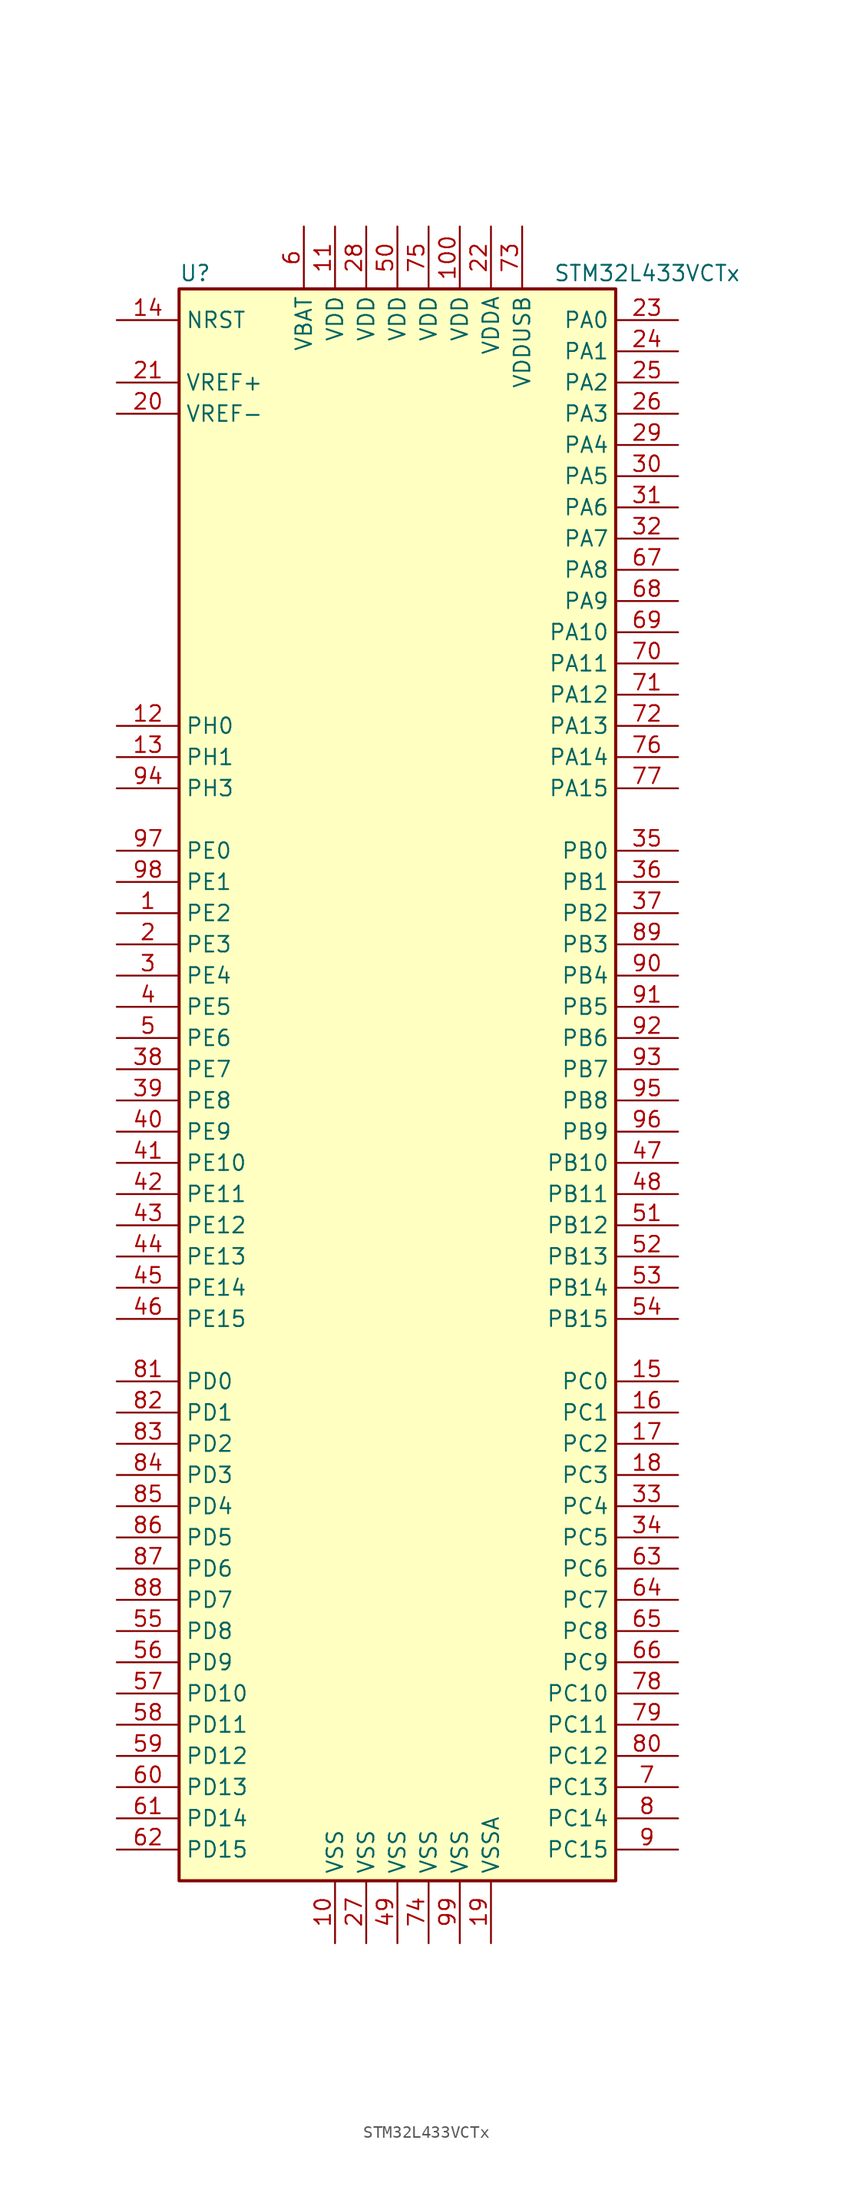
<source format=kicad_sym>
(kicad_symbol_lib
  (version 20211014)
  (generator kicad_symbol_editor)
  (symbol "STM32L433VCTx"
    (property "Reference" "U"
      (at -17.78 64.77 0)
      (effects (font (size 1.27 1.27)) (justify left)))
    (property "Value" "STM32L433VCTx"
      (at 12.7 64.77 0)
      (effects (font (size 1.27 1.27)) (justify left)))
    (symbol "STM32L433VCTx_0_1"
      (rectangle (start -17.78 -66.04) (end 17.78 63.5) (stroke (width 0.254) (type default) (color 0 0 0 0)) (fill (type background))))
    (symbol "STM32L433VCTx_1_1"
      (pin bidirectional line (at -22.86 12.7 0) (length 5.08) (name "PE2" (effects (font (size 1.27 1.27)))) (number "1" (effects (font (size 1.27 1.27)))))
      (pin power_in line (at -5.08 -71.12 90) (length 5.08) (name "VSS" (effects (font (size 1.27 1.27)))) (number "10" (effects (font (size 1.27 1.27)))))
      (pin power_in line (at 5.08 68.58 270) (length 5.08) (name "VDD" (effects (font (size 1.27 1.27)))) (number "100" (effects (font (size 1.27 1.27)))))
      (pin power_in line (at -5.08 68.58 270) (length 5.08) (name "VDD" (effects (font (size 1.27 1.27)))) (number "11" (effects (font (size 1.27 1.27)))))
      (pin input line (at -22.86 27.94 0) (length 5.08) (name "PH0" (effects (font (size 1.27 1.27)))) (number "12" (effects (font (size 1.27 1.27)))))
      (pin input line (at -22.86 25.4 0) (length 5.08) (name "PH1" (effects (font (size 1.27 1.27)))) (number "13" (effects (font (size 1.27 1.27)))))
      (pin input line (at -22.86 60.96 0) (length 5.08) (name "NRST" (effects (font (size 1.27 1.27)))) (number "14" (effects (font (size 1.27 1.27)))))
      (pin bidirectional line (at 22.86 -25.4 180) (length 5.08) (name "PC0" (effects (font (size 1.27 1.27)))) (number "15" (effects (font (size 1.27 1.27)))))
      (pin bidirectional line (at 22.86 -27.94 180) (length 5.08) (name "PC1" (effects (font (size 1.27 1.27)))) (number "16" (effects (font (size 1.27 1.27)))))
      (pin bidirectional line (at 22.86 -30.48 180) (length 5.08) (name "PC2" (effects (font (size 1.27 1.27)))) (number "17" (effects (font (size 1.27 1.27)))))
      (pin bidirectional line (at 22.86 -33.02 180) (length 5.08) (name "PC3" (effects (font (size 1.27 1.27)))) (number "18" (effects (font (size 1.27 1.27)))))
      (pin power_in line (at 7.62 -71.12 90) (length 5.08) (name "VSSA" (effects (font (size 1.27 1.27)))) (number "19" (effects (font (size 1.27 1.27)))))
      (pin bidirectional line (at -22.86 10.16 0) (length 5.08) (name "PE3" (effects (font (size 1.27 1.27)))) (number "2" (effects (font (size 1.27 1.27)))))
      (pin power_in line (at -22.86 53.34 0) (length 5.08) (name "VREF-" (effects (font (size 1.27 1.27)))) (number "20" (effects (font (size 1.27 1.27)))))
      (pin bidirectional line (at -22.86 55.88 0) (length 5.08) (name "VREF+" (effects (font (size 1.27 1.27)))) (number "21" (effects (font (size 1.27 1.27)))))
      (pin power_in line (at 7.62 68.58 270) (length 5.08) (name "VDDA" (effects (font (size 1.27 1.27)))) (number "22" (effects (font (size 1.27 1.27)))))
      (pin bidirectional line (at 22.86 60.96 180) (length 5.08) (name "PA0" (effects (font (size 1.27 1.27)))) (number "23" (effects (font (size 1.27 1.27)))))
      (pin bidirectional line (at 22.86 58.42 180) (length 5.08) (name "PA1" (effects (font (size 1.27 1.27)))) (number "24" (effects (font (size 1.27 1.27)))))
      (pin bidirectional line (at 22.86 55.88 180) (length 5.08) (name "PA2" (effects (font (size 1.27 1.27)))) (number "25" (effects (font (size 1.27 1.27)))))
      (pin bidirectional line (at 22.86 53.34 180) (length 5.08) (name "PA3" (effects (font (size 1.27 1.27)))) (number "26" (effects (font (size 1.27 1.27)))))
      (pin power_in line (at -2.54 -71.12 90) (length 5.08) (name "VSS" (effects (font (size 1.27 1.27)))) (number "27" (effects (font (size 1.27 1.27)))))
      (pin power_in line (at -2.54 68.58 270) (length 5.08) (name "VDD" (effects (font (size 1.27 1.27)))) (number "28" (effects (font (size 1.27 1.27)))))
      (pin bidirectional line (at 22.86 50.8 180) (length 5.08) (name "PA4" (effects (font (size 1.27 1.27)))) (number "29" (effects (font (size 1.27 1.27)))))
      (pin bidirectional line (at -22.86 7.62 0) (length 5.08) (name "PE4" (effects (font (size 1.27 1.27)))) (number "3" (effects (font (size 1.27 1.27)))))
      (pin bidirectional line (at 22.86 48.26 180) (length 5.08) (name "PA5" (effects (font (size 1.27 1.27)))) (number "30" (effects (font (size 1.27 1.27)))))
      (pin bidirectional line (at 22.86 45.72 180) (length 5.08) (name "PA6" (effects (font (size 1.27 1.27)))) (number "31" (effects (font (size 1.27 1.27)))))
      (pin bidirectional line (at 22.86 43.18 180) (length 5.08) (name "PA7" (effects (font (size 1.27 1.27)))) (number "32" (effects (font (size 1.27 1.27)))))
      (pin bidirectional line (at 22.86 -35.56 180) (length 5.08) (name "PC4" (effects (font (size 1.27 1.27)))) (number "33" (effects (font (size 1.27 1.27)))))
      (pin bidirectional line (at 22.86 -38.1 180) (length 5.08) (name "PC5" (effects (font (size 1.27 1.27)))) (number "34" (effects (font (size 1.27 1.27)))))
      (pin bidirectional line (at 22.86 17.78 180) (length 5.08) (name "PB0" (effects (font (size 1.27 1.27)))) (number "35" (effects (font (size 1.27 1.27)))))
      (pin bidirectional line (at 22.86 15.24 180) (length 5.08) (name "PB1" (effects (font (size 1.27 1.27)))) (number "36" (effects (font (size 1.27 1.27)))))
      (pin bidirectional line (at 22.86 12.7 180) (length 5.08) (name "PB2" (effects (font (size 1.27 1.27)))) (number "37" (effects (font (size 1.27 1.27)))))
      (pin bidirectional line (at -22.86 0 0) (length 5.08) (name "PE7" (effects (font (size 1.27 1.27)))) (number "38" (effects (font (size 1.27 1.27)))))
      (pin bidirectional line (at -22.86 -2.54 0) (length 5.08) (name "PE8" (effects (font (size 1.27 1.27)))) (number "39" (effects (font (size 1.27 1.27)))))
      (pin bidirectional line (at -22.86 5.08 0) (length 5.08) (name "PE5" (effects (font (size 1.27 1.27)))) (number "4" (effects (font (size 1.27 1.27)))))
      (pin bidirectional line (at -22.86 -5.08 0) (length 5.08) (name "PE9" (effects (font (size 1.27 1.27)))) (number "40" (effects (font (size 1.27 1.27)))))
      (pin bidirectional line (at -22.86 -7.62 0) (length 5.08) (name "PE10" (effects (font (size 1.27 1.27)))) (number "41" (effects (font (size 1.27 1.27)))))
      (pin bidirectional line (at -22.86 -10.16 0) (length 5.08) (name "PE11" (effects (font (size 1.27 1.27)))) (number "42" (effects (font (size 1.27 1.27)))))
      (pin bidirectional line (at -22.86 -12.7 0) (length 5.08) (name "PE12" (effects (font (size 1.27 1.27)))) (number "43" (effects (font (size 1.27 1.27)))))
      (pin bidirectional line (at -22.86 -15.24 0) (length 5.08) (name "PE13" (effects (font (size 1.27 1.27)))) (number "44" (effects (font (size 1.27 1.27)))))
      (pin bidirectional line (at -22.86 -17.78 0) (length 5.08) (name "PE14" (effects (font (size 1.27 1.27)))) (number "45" (effects (font (size 1.27 1.27)))))
      (pin bidirectional line (at -22.86 -20.32 0) (length 5.08) (name "PE15" (effects (font (size 1.27 1.27)))) (number "46" (effects (font (size 1.27 1.27)))))
      (pin bidirectional line (at 22.86 -7.62 180) (length 5.08) (name "PB10" (effects (font (size 1.27 1.27)))) (number "47" (effects (font (size 1.27 1.27)))))
      (pin bidirectional line (at 22.86 -10.16 180) (length 5.08) (name "PB11" (effects (font (size 1.27 1.27)))) (number "48" (effects (font (size 1.27 1.27)))))
      (pin power_in line (at 0 -71.12 90) (length 5.08) (name "VSS" (effects (font (size 1.27 1.27)))) (number "49" (effects (font (size 1.27 1.27)))))
      (pin bidirectional line (at -22.86 2.54 0) (length 5.08) (name "PE6" (effects (font (size 1.27 1.27)))) (number "5" (effects (font (size 1.27 1.27)))))
      (pin power_in line (at 0 68.58 270) (length 5.08) (name "VDD" (effects (font (size 1.27 1.27)))) (number "50" (effects (font (size 1.27 1.27)))))
      (pin bidirectional line (at 22.86 -12.7 180) (length 5.08) (name "PB12" (effects (font (size 1.27 1.27)))) (number "51" (effects (font (size 1.27 1.27)))))
      (pin bidirectional line (at 22.86 -15.24 180) (length 5.08) (name "PB13" (effects (font (size 1.27 1.27)))) (number "52" (effects (font (size 1.27 1.27)))))
      (pin bidirectional line (at 22.86 -17.78 180) (length 5.08) (name "PB14" (effects (font (size 1.27 1.27)))) (number "53" (effects (font (size 1.27 1.27)))))
      (pin bidirectional line (at 22.86 -20.32 180) (length 5.08) (name "PB15" (effects (font (size 1.27 1.27)))) (number "54" (effects (font (size 1.27 1.27)))))
      (pin bidirectional line (at -22.86 -45.72 0) (length 5.08) (name "PD8" (effects (font (size 1.27 1.27)))) (number "55" (effects (font (size 1.27 1.27)))))
      (pin bidirectional line (at -22.86 -48.26 0) (length 5.08) (name "PD9" (effects (font (size 1.27 1.27)))) (number "56" (effects (font (size 1.27 1.27)))))
      (pin bidirectional line (at -22.86 -50.8 0) (length 5.08) (name "PD10" (effects (font (size 1.27 1.27)))) (number "57" (effects (font (size 1.27 1.27)))))
      (pin bidirectional line (at -22.86 -53.34 0) (length 5.08) (name "PD11" (effects (font (size 1.27 1.27)))) (number "58" (effects (font (size 1.27 1.27)))))
      (pin bidirectional line (at -22.86 -55.88 0) (length 5.08) (name "PD12" (effects (font (size 1.27 1.27)))) (number "59" (effects (font (size 1.27 1.27)))))
      (pin power_in line (at -7.62 68.58 270) (length 5.08) (name "VBAT" (effects (font (size 1.27 1.27)))) (number "6" (effects (font (size 1.27 1.27)))))
      (pin bidirectional line (at -22.86 -58.42 0) (length 5.08) (name "PD13" (effects (font (size 1.27 1.27)))) (number "60" (effects (font (size 1.27 1.27)))))
      (pin bidirectional line (at -22.86 -60.96 0) (length 5.08) (name "PD14" (effects (font (size 1.27 1.27)))) (number "61" (effects (font (size 1.27 1.27)))))
      (pin bidirectional line (at -22.86 -63.5 0) (length 5.08) (name "PD15" (effects (font (size 1.27 1.27)))) (number "62" (effects (font (size 1.27 1.27)))))
      (pin bidirectional line (at 22.86 -40.64 180) (length 5.08) (name "PC6" (effects (font (size 1.27 1.27)))) (number "63" (effects (font (size 1.27 1.27)))))
      (pin bidirectional line (at 22.86 -43.18 180) (length 5.08) (name "PC7" (effects (font (size 1.27 1.27)))) (number "64" (effects (font (size 1.27 1.27)))))
      (pin bidirectional line (at 22.86 -45.72 180) (length 5.08) (name "PC8" (effects (font (size 1.27 1.27)))) (number "65" (effects (font (size 1.27 1.27)))))
      (pin bidirectional line (at 22.86 -48.26 180) (length 5.08) (name "PC9" (effects (font (size 1.27 1.27)))) (number "66" (effects (font (size 1.27 1.27)))))
      (pin bidirectional line (at 22.86 40.64 180) (length 5.08) (name "PA8" (effects (font (size 1.27 1.27)))) (number "67" (effects (font (size 1.27 1.27)))))
      (pin bidirectional line (at 22.86 38.1 180) (length 5.08) (name "PA9" (effects (font (size 1.27 1.27)))) (number "68" (effects (font (size 1.27 1.27)))))
      (pin bidirectional line (at 22.86 35.56 180) (length 5.08) (name "PA10" (effects (font (size 1.27 1.27)))) (number "69" (effects (font (size 1.27 1.27)))))
      (pin bidirectional line (at 22.86 -58.42 180) (length 5.08) (name "PC13" (effects (font (size 1.27 1.27)))) (number "7" (effects (font (size 1.27 1.27)))))
      (pin bidirectional line (at 22.86 33.02 180) (length 5.08) (name "PA11" (effects (font (size 1.27 1.27)))) (number "70" (effects (font (size 1.27 1.27)))))
      (pin bidirectional line (at 22.86 30.48 180) (length 5.08) (name "PA12" (effects (font (size 1.27 1.27)))) (number "71" (effects (font (size 1.27 1.27)))))
      (pin bidirectional line (at 22.86 27.94 180) (length 5.08) (name "PA13" (effects (font (size 1.27 1.27)))) (number "72" (effects (font (size 1.27 1.27)))))
      (pin power_in line (at 10.16 68.58 270) (length 5.08) (name "VDDUSB" (effects (font (size 1.27 1.27)))) (number "73" (effects (font (size 1.27 1.27)))))
      (pin power_in line (at 2.54 -71.12 90) (length 5.08) (name "VSS" (effects (font (size 1.27 1.27)))) (number "74" (effects (font (size 1.27 1.27)))))
      (pin power_in line (at 2.54 68.58 270) (length 5.08) (name "VDD" (effects (font (size 1.27 1.27)))) (number "75" (effects (font (size 1.27 1.27)))))
      (pin bidirectional line (at 22.86 25.4 180) (length 5.08) (name "PA14" (effects (font (size 1.27 1.27)))) (number "76" (effects (font (size 1.27 1.27)))))
      (pin bidirectional line (at 22.86 22.86 180) (length 5.08) (name "PA15" (effects (font (size 1.27 1.27)))) (number "77" (effects (font (size 1.27 1.27)))))
      (pin bidirectional line (at 22.86 -50.8 180) (length 5.08) (name "PC10" (effects (font (size 1.27 1.27)))) (number "78" (effects (font (size 1.27 1.27)))))
      (pin bidirectional line (at 22.86 -53.34 180) (length 5.08) (name "PC11" (effects (font (size 1.27 1.27)))) (number "79" (effects (font (size 1.27 1.27)))))
      (pin bidirectional line (at 22.86 -60.96 180) (length 5.08) (name "PC14" (effects (font (size 1.27 1.27)))) (number "8" (effects (font (size 1.27 1.27)))))
      (pin bidirectional line (at 22.86 -55.88 180) (length 5.08) (name "PC12" (effects (font (size 1.27 1.27)))) (number "80" (effects (font (size 1.27 1.27)))))
      (pin bidirectional line (at -22.86 -25.4 0) (length 5.08) (name "PD0" (effects (font (size 1.27 1.27)))) (number "81" (effects (font (size 1.27 1.27)))))
      (pin bidirectional line (at -22.86 -27.94 0) (length 5.08) (name "PD1" (effects (font (size 1.27 1.27)))) (number "82" (effects (font (size 1.27 1.27)))))
      (pin bidirectional line (at -22.86 -30.48 0) (length 5.08) (name "PD2" (effects (font (size 1.27 1.27)))) (number "83" (effects (font (size 1.27 1.27)))))
      (pin bidirectional line (at -22.86 -33.02 0) (length 5.08) (name "PD3" (effects (font (size 1.27 1.27)))) (number "84" (effects (font (size 1.27 1.27)))))
      (pin bidirectional line (at -22.86 -35.56 0) (length 5.08) (name "PD4" (effects (font (size 1.27 1.27)))) (number "85" (effects (font (size 1.27 1.27)))))
      (pin bidirectional line (at -22.86 -38.1 0) (length 5.08) (name "PD5" (effects (font (size 1.27 1.27)))) (number "86" (effects (font (size 1.27 1.27)))))
      (pin bidirectional line (at -22.86 -40.64 0) (length 5.08) (name "PD6" (effects (font (size 1.27 1.27)))) (number "87" (effects (font (size 1.27 1.27)))))
      (pin bidirectional line (at -22.86 -43.18 0) (length 5.08) (name "PD7" (effects (font (size 1.27 1.27)))) (number "88" (effects (font (size 1.27 1.27)))))
      (pin bidirectional line (at 22.86 10.16 180) (length 5.08) (name "PB3" (effects (font (size 1.27 1.27)))) (number "89" (effects (font (size 1.27 1.27)))))
      (pin bidirectional line (at 22.86 -63.5 180) (length 5.08) (name "PC15" (effects (font (size 1.27 1.27)))) (number "9" (effects (font (size 1.27 1.27)))))
      (pin bidirectional line (at 22.86 7.62 180) (length 5.08) (name "PB4" (effects (font (size 1.27 1.27)))) (number "90" (effects (font (size 1.27 1.27)))))
      (pin bidirectional line (at 22.86 5.08 180) (length 5.08) (name "PB5" (effects (font (size 1.27 1.27)))) (number "91" (effects (font (size 1.27 1.27)))))
      (pin bidirectional line (at 22.86 2.54 180) (length 5.08) (name "PB6" (effects (font (size 1.27 1.27)))) (number "92" (effects (font (size 1.27 1.27)))))
      (pin bidirectional line (at 22.86 0 180) (length 5.08) (name "PB7" (effects (font (size 1.27 1.27)))) (number "93" (effects (font (size 1.27 1.27)))))
      (pin bidirectional line (at -22.86 22.86 0) (length 5.08) (name "PH3" (effects (font (size 1.27 1.27)))) (number "94" (effects (font (size 1.27 1.27)))))
      (pin bidirectional line (at 22.86 -2.54 180) (length 5.08) (name "PB8" (effects (font (size 1.27 1.27)))) (number "95" (effects (font (size 1.27 1.27)))))
      (pin bidirectional line (at 22.86 -5.08 180) (length 5.08) (name "PB9" (effects (font (size 1.27 1.27)))) (number "96" (effects (font (size 1.27 1.27)))))
      (pin bidirectional line (at -22.86 17.78 0) (length 5.08) (name "PE0" (effects (font (size 1.27 1.27)))) (number "97" (effects (font (size 1.27 1.27)))))
      (pin bidirectional line (at -22.86 15.24 0) (length 5.08) (name "PE1" (effects (font (size 1.27 1.27)))) (number "98" (effects (font (size 1.27 1.27)))))
      (pin power_in line (at 5.08 -71.12 90) (length 5.08) (name "VSS" (effects (font (size 1.27 1.27)))) (number "99" (effects (font (size 1.27 1.27))))))))
</source>
